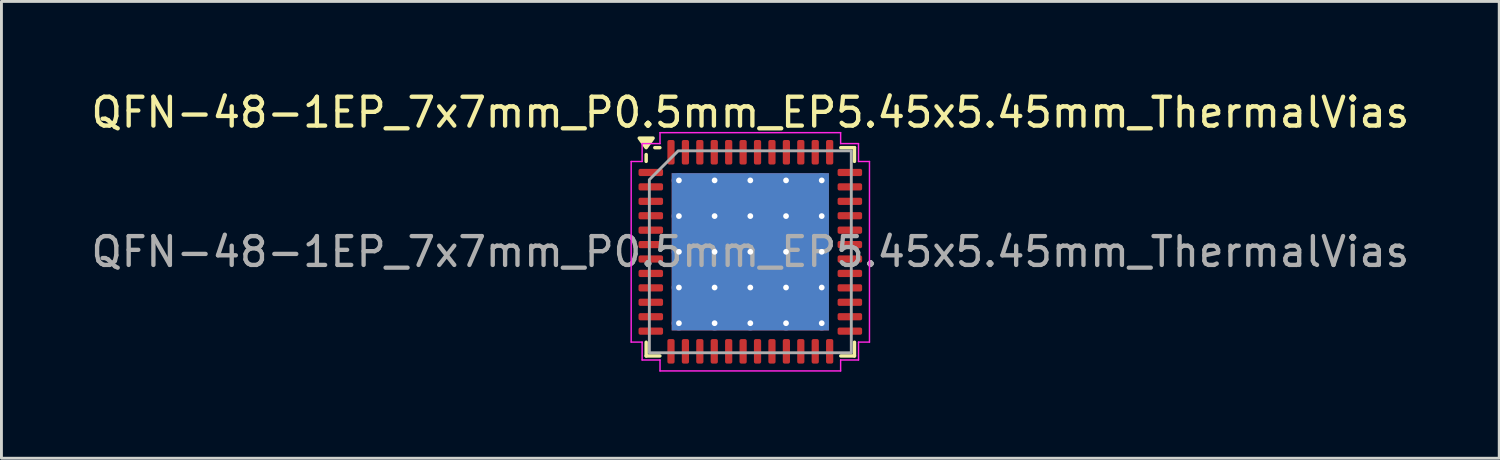
<source format=kicad_pcb>
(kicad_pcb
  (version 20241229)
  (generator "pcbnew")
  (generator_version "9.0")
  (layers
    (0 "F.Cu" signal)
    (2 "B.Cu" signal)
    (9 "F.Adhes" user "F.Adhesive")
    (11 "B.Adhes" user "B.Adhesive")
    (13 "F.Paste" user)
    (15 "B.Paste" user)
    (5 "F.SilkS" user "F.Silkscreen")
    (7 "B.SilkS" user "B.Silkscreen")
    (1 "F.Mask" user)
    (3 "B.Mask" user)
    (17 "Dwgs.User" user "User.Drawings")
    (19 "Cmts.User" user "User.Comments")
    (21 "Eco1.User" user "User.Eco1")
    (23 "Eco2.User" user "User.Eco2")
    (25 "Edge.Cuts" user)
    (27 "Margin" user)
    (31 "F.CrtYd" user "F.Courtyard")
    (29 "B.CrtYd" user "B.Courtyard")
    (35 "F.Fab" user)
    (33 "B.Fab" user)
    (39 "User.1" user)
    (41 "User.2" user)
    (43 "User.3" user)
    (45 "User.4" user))
  (footprint "QFN-48-1EP_7x7mm_P0.5mm_EP5.45x5.45mm_ThermalVias"
    (layer "F.Cu")
    (at 22.958 5.678)
    (property "Reference" "QFN-48-1EP_7x7mm_P0.5mm_EP5.45x5.45mm_ThermalVias" (at 0 -4.83 0) (layer "F.SilkS") (effects (font (size 1 1) (thickness 0.15))))
    (attr smd)
    (fp_line (start -3.61 -3.135) (end -3.61 -3.37) (stroke (width 0.12) (type solid)) (layer "F.SilkS"))
    (fp_line (start -3.61 3.61) (end -3.61 3.135) (stroke (width 0.12) (type solid)) (layer "F.SilkS"))
    (fp_line (start -3.135 -3.61) (end -3.31 -3.61) (stroke (width 0.12) (type solid)) (layer "F.SilkS"))
    (fp_line (start -3.135 3.61) (end -3.61 3.61) (stroke (width 0.12) (type solid)) (layer "F.SilkS"))
    (fp_line (start 3.135 -3.61) (end 3.61 -3.61) (stroke (width 0.12) (type solid)) (layer "F.SilkS"))
    (fp_line (start 3.135 3.61) (end 3.61 3.61) (stroke (width 0.12) (type solid)) (layer "F.SilkS"))
    (fp_line (start 3.61 -3.61) (end 3.61 -3.135) (stroke (width 0.12) (type solid)) (layer "F.SilkS"))
    (fp_line (start 3.61 3.61) (end 3.61 3.135) (stroke (width 0.12) (type solid)) (layer "F.SilkS"))
    (fp_poly (pts (xy -3.61 -3.61) (xy -3.85 -3.94) (xy -3.37 -3.94)) (stroke (width 0.12) (type solid)) (fill yes) (layer "F.SilkS"))
    (fp_line (start -4.13 -3.13) (end -3.75 -3.13) (stroke (width 0.05) (type solid)) (layer "F.CrtYd"))
    (fp_line (start -4.13 3.13) (end -4.13 -3.13) (stroke (width 0.05) (type solid)) (layer "F.CrtYd"))
    (fp_line (start -3.75 -3.75) (end -3.13 -3.75) (stroke (width 0.05) (type solid)) (layer "F.CrtYd"))
    (fp_line (start -3.75 -3.13) (end -3.75 -3.75) (stroke (width 0.05) (type solid)) (layer "F.CrtYd"))
    (fp_line (start -3.75 3.13) (end -4.13 3.13) (stroke (width 0.05) (type solid)) (layer "F.CrtYd"))
    (fp_line (start -3.75 3.75) (end -3.75 3.13) (stroke (width 0.05) (type solid)) (layer "F.CrtYd"))
    (fp_line (start -3.13 -4.13) (end 3.13 -4.13) (stroke (width 0.05) (type solid)) (layer "F.CrtYd"))
    (fp_line (start -3.13 -3.75) (end -3.13 -4.13) (stroke (width 0.05) (type solid)) (layer "F.CrtYd"))
    (fp_line (start -3.13 3.75) (end -3.75 3.75) (stroke (width 0.05) (type solid)) (layer "F.CrtYd"))
    (fp_line (start -3.13 4.13) (end -3.13 3.75) (stroke (width 0.05) (type solid)) (layer "F.CrtYd"))
    (fp_line (start 3.13 -4.13) (end 3.13 -3.75) (stroke (width 0.05) (type solid)) (layer "F.CrtYd"))
    (fp_line (start 3.13 -3.75) (end 3.75 -3.75) (stroke (width 0.05) (type solid)) (layer "F.CrtYd"))
    (fp_line (start 3.13 3.75) (end 3.13 4.13) (stroke (width 0.05) (type solid)) (layer "F.CrtYd"))
    (fp_line (start 3.13 4.13) (end -3.13 4.13) (stroke (width 0.05) (type solid)) (layer "F.CrtYd"))
    (fp_line (start 3.75 -3.75) (end 3.75 -3.13) (stroke (width 0.05) (type solid)) (layer "F.CrtYd"))
    (fp_line (start 3.75 -3.13) (end 4.13 -3.13) (stroke (width 0.05) (type solid)) (layer "F.CrtYd"))
    (fp_line (start 3.75 3.13) (end 3.75 3.75) (stroke (width 0.05) (type solid)) (layer "F.CrtYd"))
    (fp_line (start 3.75 3.75) (end 3.13 3.75) (stroke (width 0.05) (type solid)) (layer "F.CrtYd"))
    (fp_line (start 4.13 -3.13) (end 4.13 3.13) (stroke (width 0.05) (type solid)) (layer "F.CrtYd"))
    (fp_line (start 4.13 3.13) (end 3.75 3.13) (stroke (width 0.05) (type solid)) (layer "F.CrtYd"))
    (fp_poly (pts (xy -3.5 -2.5) (xy -3.5 3.5) (xy 3.5 3.5) (xy 3.5 -3.5) (xy -2.5 -3.5)) (stroke (width 0.1) (type solid)) (fill no) (layer "F.Fab"))
    (fp_text user "${REFERENCE}" (at 0 0 0) (layer "F.Fab") (effects (font (size 1 1) (thickness 0.15))))
    (pad "" smd roundrect (at -2.04 -2.04) (size 1.1 1.1) (layers "F.Paste") (roundrect_rratio 0.227))
    (pad "" smd roundrect (at -2.04 -0.68) (size 1.1 1.1) (layers "F.Paste") (roundrect_rratio 0.227))
    (pad "" smd roundrect (at -2.04 0.68) (size 1.1 1.1) (layers "F.Paste") (roundrect_rratio 0.227))
    (pad "" smd roundrect (at -2.04 2.04) (size 1.1 1.1) (layers "F.Paste") (roundrect_rratio 0.227))
    (pad "" smd roundrect (at -0.68 -2.04) (size 1.1 1.1) (layers "F.Paste") (roundrect_rratio 0.227))
    (pad "" smd roundrect (at -0.68 -0.68) (size 1.1 1.1) (layers "F.Paste") (roundrect_rratio 0.227))
    (pad "" smd roundrect (at -0.68 0.68) (size 1.1 1.1) (layers "F.Paste") (roundrect_rratio 0.227))
    (pad "" smd roundrect (at -0.68 2.04) (size 1.1 1.1) (layers "F.Paste") (roundrect_rratio 0.227))
    (pad "" smd roundrect (at 0.68 -2.04) (size 1.1 1.1) (layers "F.Paste") (roundrect_rratio 0.227))
    (pad "" smd roundrect (at 0.68 -0.68) (size 1.1 1.1) (layers "F.Paste") (roundrect_rratio 0.227))
    (pad "" smd roundrect (at 0.68 0.68) (size 1.1 1.1) (layers "F.Paste") (roundrect_rratio 0.227))
    (pad "" smd roundrect (at 0.68 2.04) (size 1.1 1.1) (layers "F.Paste") (roundrect_rratio 0.227))
    (pad "" smd roundrect (at 2.04 -2.04) (size 1.1 1.1) (layers "F.Paste") (roundrect_rratio 0.227))
    (pad "" smd roundrect (at 2.04 -0.68) (size 1.1 1.1) (layers "F.Paste") (roundrect_rratio 0.227))
    (pad "" smd roundrect (at 2.04 0.68) (size 1.1 1.1) (layers "F.Paste") (roundrect_rratio 0.227))
    (pad "" smd roundrect (at 2.04 2.04) (size 1.1 1.1) (layers "F.Paste") (roundrect_rratio 0.227))
    (pad "1" smd roundrect (at -3.45 -2.75) (size 0.85 0.25) (layers "F.Cu" "F.Mask" "F.Paste") (roundrect_rratio 0.25))
    (pad "2" smd roundrect (at -3.45 -2.25) (size 0.85 0.25) (layers "F.Cu" "F.Mask" "F.Paste") (roundrect_rratio 0.25))
    (pad "3" smd roundrect (at -3.45 -1.75) (size 0.85 0.25) (layers "F.Cu" "F.Mask" "F.Paste") (roundrect_rratio 0.25))
    (pad "4" smd roundrect (at -3.45 -1.25) (size 0.85 0.25) (layers "F.Cu" "F.Mask" "F.Paste") (roundrect_rratio 0.25))
    (pad "5" smd roundrect (at -3.45 -0.75) (size 0.85 0.25) (layers "F.Cu" "F.Mask" "F.Paste") (roundrect_rratio 0.25))
    (pad "6" smd roundrect (at -3.45 -0.25) (size 0.85 0.25) (layers "F.Cu" "F.Mask" "F.Paste") (roundrect_rratio 0.25))
    (pad "7" smd roundrect (at -3.45 0.25) (size 0.85 0.25) (layers "F.Cu" "F.Mask" "F.Paste") (roundrect_rratio 0.25))
    (pad "8" smd roundrect (at -3.45 0.75) (size 0.85 0.25) (layers "F.Cu" "F.Mask" "F.Paste") (roundrect_rratio 0.25))
    (pad "9" smd roundrect (at -3.45 1.25) (size 0.85 0.25) (layers "F.Cu" "F.Mask" "F.Paste") (roundrect_rratio 0.25))
    (pad "10" smd roundrect (at -3.45 1.75) (size 0.85 0.25) (layers "F.Cu" "F.Mask" "F.Paste") (roundrect_rratio 0.25))
    (pad "11" smd roundrect (at -3.45 2.25) (size 0.85 0.25) (layers "F.Cu" "F.Mask" "F.Paste") (roundrect_rratio 0.25))
    (pad "12" smd roundrect (at -3.45 2.75) (size 0.85 0.25) (layers "F.Cu" "F.Mask" "F.Paste") (roundrect_rratio 0.25))
    (pad "13" smd roundrect (at -2.75 3.45) (size 0.25 0.85) (layers "F.Cu" "F.Mask" "F.Paste") (roundrect_rratio 0.25))
    (pad "14" smd roundrect (at -2.25 3.45) (size 0.25 0.85) (layers "F.Cu" "F.Mask" "F.Paste") (roundrect_rratio 0.25))
    (pad "15" smd roundrect (at -1.75 3.45) (size 0.25 0.85) (layers "F.Cu" "F.Mask" "F.Paste") (roundrect_rratio 0.25))
    (pad "16" smd roundrect (at -1.25 3.45) (size 0.25 0.85) (layers "F.Cu" "F.Mask" "F.Paste") (roundrect_rratio 0.25))
    (pad "17" smd roundrect (at -0.75 3.45) (size 0.25 0.85) (layers "F.Cu" "F.Mask" "F.Paste") (roundrect_rratio 0.25))
    (pad "18" smd roundrect (at -0.25 3.45) (size 0.25 0.85) (layers "F.Cu" "F.Mask" "F.Paste") (roundrect_rratio 0.25))
    (pad "19" smd roundrect (at 0.25 3.45) (size 0.25 0.85) (layers "F.Cu" "F.Mask" "F.Paste") (roundrect_rratio 0.25))
    (pad "20" smd roundrect (at 0.75 3.45) (size 0.25 0.85) (layers "F.Cu" "F.Mask" "F.Paste") (roundrect_rratio 0.25))
    (pad "21" smd roundrect (at 1.25 3.45) (size 0.25 0.85) (layers "F.Cu" "F.Mask" "F.Paste") (roundrect_rratio 0.25))
    (pad "22" smd roundrect (at 1.75 3.45) (size 0.25 0.85) (layers "F.Cu" "F.Mask" "F.Paste") (roundrect_rratio 0.25))
    (pad "23" smd roundrect (at 2.25 3.45) (size 0.25 0.85) (layers "F.Cu" "F.Mask" "F.Paste") (roundrect_rratio 0.25))
    (pad "24" smd roundrect (at 2.75 3.45) (size 0.25 0.85) (layers "F.Cu" "F.Mask" "F.Paste") (roundrect_rratio 0.25))
    (pad "25" smd roundrect (at 3.45 2.75) (size 0.85 0.25) (layers "F.Cu" "F.Mask" "F.Paste") (roundrect_rratio 0.25))
    (pad "26" smd roundrect (at 3.45 2.25) (size 0.85 0.25) (layers "F.Cu" "F.Mask" "F.Paste") (roundrect_rratio 0.25))
    (pad "27" smd roundrect (at 3.45 1.75) (size 0.85 0.25) (layers "F.Cu" "F.Mask" "F.Paste") (roundrect_rratio 0.25))
    (pad "28" smd roundrect (at 3.45 1.25) (size 0.85 0.25) (layers "F.Cu" "F.Mask" "F.Paste") (roundrect_rratio 0.25))
    (pad "29" smd roundrect (at 3.45 0.75) (size 0.85 0.25) (layers "F.Cu" "F.Mask" "F.Paste") (roundrect_rratio 0.25))
    (pad "30" smd roundrect (at 3.45 0.25) (size 0.85 0.25) (layers "F.Cu" "F.Mask" "F.Paste") (roundrect_rratio 0.25))
    (pad "31" smd roundrect (at 3.45 -0.25) (size 0.85 0.25) (layers "F.Cu" "F.Mask" "F.Paste") (roundrect_rratio 0.25))
    (pad "32" smd roundrect (at 3.45 -0.75) (size 0.85 0.25) (layers "F.Cu" "F.Mask" "F.Paste") (roundrect_rratio 0.25))
    (pad "33" smd roundrect (at 3.45 -1.25) (size 0.85 0.25) (layers "F.Cu" "F.Mask" "F.Paste") (roundrect_rratio 0.25))
    (pad "34" smd roundrect (at 3.45 -1.75) (size 0.85 0.25) (layers "F.Cu" "F.Mask" "F.Paste") (roundrect_rratio 0.25))
    (pad "35" smd roundrect (at 3.45 -2.25) (size 0.85 0.25) (layers "F.Cu" "F.Mask" "F.Paste") (roundrect_rratio 0.25))
    (pad "36" smd roundrect (at 3.45 -2.75) (size 0.85 0.25) (layers "F.Cu" "F.Mask" "F.Paste") (roundrect_rratio 0.25))
    (pad "37" smd roundrect (at 2.75 -3.45) (size 0.25 0.85) (layers "F.Cu" "F.Mask" "F.Paste") (roundrect_rratio 0.25))
    (pad "38" smd roundrect (at 2.25 -3.45) (size 0.25 0.85) (layers "F.Cu" "F.Mask" "F.Paste") (roundrect_rratio 0.25))
    (pad "39" smd roundrect (at 1.75 -3.45) (size 0.25 0.85) (layers "F.Cu" "F.Mask" "F.Paste") (roundrect_rratio 0.25))
    (pad "40" smd roundrect (at 1.25 -3.45) (size 0.25 0.85) (layers "F.Cu" "F.Mask" "F.Paste") (roundrect_rratio 0.25))
    (pad "41" smd roundrect (at 0.75 -3.45) (size 0.25 0.85) (layers "F.Cu" "F.Mask" "F.Paste") (roundrect_rratio 0.25))
    (pad "42" smd roundrect (at 0.25 -3.45) (size 0.25 0.85) (layers "F.Cu" "F.Mask" "F.Paste") (roundrect_rratio 0.25))
    (pad "43" smd roundrect (at -0.25 -3.45) (size 0.25 0.85) (layers "F.Cu" "F.Mask" "F.Paste") (roundrect_rratio 0.25))
    (pad "44" smd roundrect (at -0.75 -3.45) (size 0.25 0.85) (layers "F.Cu" "F.Mask" "F.Paste") (roundrect_rratio 0.25))
    (pad "45" smd roundrect (at -1.25 -3.45) (size 0.25 0.85) (layers "F.Cu" "F.Mask" "F.Paste") (roundrect_rratio 0.25))
    (pad "46" smd roundrect (at -1.75 -3.45) (size 0.25 0.85) (layers "F.Cu" "F.Mask" "F.Paste") (roundrect_rratio 0.25))
    (pad "47" smd roundrect (at -2.25 -3.45) (size 0.25 0.85) (layers "F.Cu" "F.Mask" "F.Paste") (roundrect_rratio 0.25))
    (pad "48" smd roundrect (at -2.75 -3.45) (size 0.25 0.85) (layers "F.Cu" "F.Mask" "F.Paste") (roundrect_rratio 0.25))
    (pad "49" thru_hole circle (at -2.475 -2.475) (size 0.5 0.5) (drill 0.2) (property pad_prop_heatsink) (layers "*.Cu"))
    (pad "49" thru_hole circle (at -2.475 -1.238) (size 0.5 0.5) (drill 0.2) (property pad_prop_heatsink) (layers "*.Cu"))
    (pad "49" thru_hole circle (at -2.475 0) (size 0.5 0.5) (drill 0.2) (property pad_prop_heatsink) (layers "*.Cu"))
    (pad "49" thru_hole circle (at -2.475 1.238) (size 0.5 0.5) (drill 0.2) (property pad_prop_heatsink) (layers "*.Cu"))
    (pad "49" thru_hole circle (at -2.475 2.475) (size 0.5 0.5) (drill 0.2) (property pad_prop_heatsink) (layers "*.Cu"))
    (pad "49" thru_hole circle (at -1.238 -2.475) (size 0.5 0.5) (drill 0.2) (property pad_prop_heatsink) (layers "*.Cu"))
    (pad "49" thru_hole circle (at -1.238 -1.238) (size 0.5 0.5) (drill 0.2) (property pad_prop_heatsink) (layers "*.Cu"))
    (pad "49" thru_hole circle (at -1.238 0) (size 0.5 0.5) (drill 0.2) (property pad_prop_heatsink) (layers "*.Cu"))
    (pad "49" thru_hole circle (at -1.238 1.238) (size 0.5 0.5) (drill 0.2) (property pad_prop_heatsink) (layers "*.Cu"))
    (pad "49" thru_hole circle (at -1.238 2.475) (size 0.5 0.5) (drill 0.2) (property pad_prop_heatsink) (layers "*.Cu"))
    (pad "49" thru_hole circle (at 0 -2.475) (size 0.5 0.5) (drill 0.2) (property pad_prop_heatsink) (layers "*.Cu"))
    (pad "49" thru_hole circle (at 0 -1.238) (size 0.5 0.5) (drill 0.2) (property pad_prop_heatsink) (layers "*.Cu"))
    (pad "49" thru_hole circle (at 0 0) (size 0.5 0.5) (drill 0.2) (property pad_prop_heatsink) (layers "*.Cu"))
    (pad "49" smd rect (at 0 0) (size 5.45 5.45) (property pad_prop_heatsink) (layers "F.Cu" "F.Mask"))
    (pad "49" smd rect (at 0 0) (size 5.45 5.45) (property pad_prop_heatsink) (layers "B.Cu"))
    (pad "49" thru_hole circle (at 0 1.238) (size 0.5 0.5) (drill 0.2) (property pad_prop_heatsink) (layers "*.Cu"))
    (pad "49" thru_hole circle (at 0 2.475) (size 0.5 0.5) (drill 0.2) (property pad_prop_heatsink) (layers "*.Cu"))
    (pad "49" thru_hole circle (at 1.238 -2.475) (size 0.5 0.5) (drill 0.2) (property pad_prop_heatsink) (layers "*.Cu"))
    (pad "49" thru_hole circle (at 1.238 -1.238) (size 0.5 0.5) (drill 0.2) (property pad_prop_heatsink) (layers "*.Cu"))
    (pad "49" thru_hole circle (at 1.238 0) (size 0.5 0.5) (drill 0.2) (property pad_prop_heatsink) (layers "*.Cu"))
    (pad "49" thru_hole circle (at 1.238 1.238) (size 0.5 0.5) (drill 0.2) (property pad_prop_heatsink) (layers "*.Cu"))
    (pad "49" thru_hole circle (at 1.238 2.475) (size 0.5 0.5) (drill 0.2) (property pad_prop_heatsink) (layers "*.Cu"))
    (pad "49" thru_hole circle (at 2.475 -2.475) (size 0.5 0.5) (drill 0.2) (property pad_prop_heatsink) (layers "*.Cu"))
    (pad "49" thru_hole circle (at 2.475 -1.238) (size 0.5 0.5) (drill 0.2) (property pad_prop_heatsink) (layers "*.Cu"))
    (pad "49" thru_hole circle (at 2.475 0) (size 0.5 0.5) (drill 0.2) (property pad_prop_heatsink) (layers "*.Cu"))
    (pad "49" thru_hole circle (at 2.475 1.238) (size 0.5 0.5) (drill 0.2) (property pad_prop_heatsink) (layers "*.Cu"))
    (pad "49" thru_hole circle (at 2.475 2.475) (size 0.5 0.5) (drill 0.2) (property pad_prop_heatsink) (layers "*.Cu")))
  (gr_rect
    (start -3 -3)
    (end 48.917 12.833)
    (stroke (width 0.1) (type default))
    (fill no)
    (layer "Edge.Cuts")))
</source>
